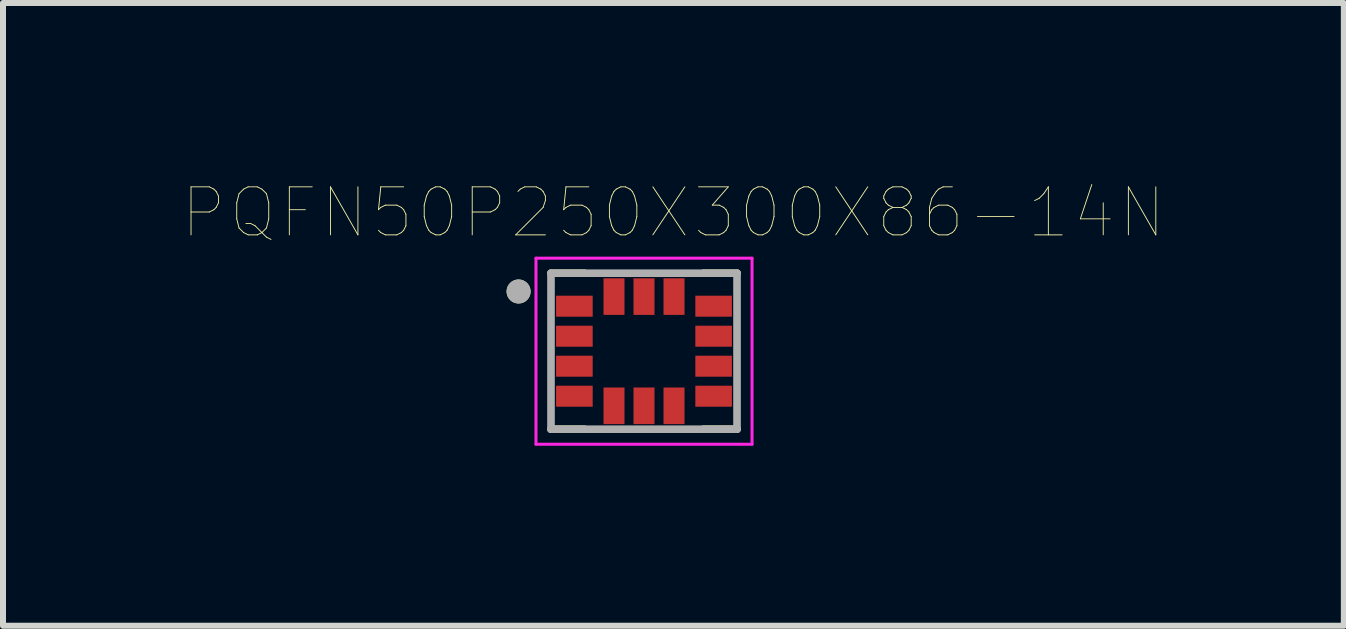
<source format=kicad_pcb>
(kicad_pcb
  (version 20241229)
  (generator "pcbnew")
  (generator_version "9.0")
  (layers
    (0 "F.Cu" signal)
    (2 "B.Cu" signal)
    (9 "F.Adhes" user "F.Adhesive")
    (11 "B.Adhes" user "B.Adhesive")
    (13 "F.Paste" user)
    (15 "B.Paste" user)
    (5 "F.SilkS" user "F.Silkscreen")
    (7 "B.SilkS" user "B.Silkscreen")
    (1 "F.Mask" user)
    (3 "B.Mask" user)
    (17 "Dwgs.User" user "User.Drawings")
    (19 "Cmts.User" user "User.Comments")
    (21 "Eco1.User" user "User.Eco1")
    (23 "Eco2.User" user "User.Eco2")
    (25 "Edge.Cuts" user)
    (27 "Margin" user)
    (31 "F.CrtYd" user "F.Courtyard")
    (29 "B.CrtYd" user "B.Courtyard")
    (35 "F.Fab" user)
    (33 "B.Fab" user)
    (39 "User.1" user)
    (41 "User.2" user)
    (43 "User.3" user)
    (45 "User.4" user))
  (footprint "PQFN50P250X300X86-14N"
    (layer "F.Cu")
    (at 7.681 2.802)
    (property "Reference" "PQFN50P250X300X86-14N" (at 0.49 -2.308 0) (layer "F.SilkS") (effects (font (size 0.8 0.8) (thickness 0.015))))
    (attr through_hole)
    (fp_poly (pts (xy -1.515 -0.975) (xy -0.805 -0.975) (xy -0.805 -0.525) (xy -1.515 -0.525)) (stroke (width 0.01) (type solid)) (fill yes) (layer "F.Mask"))
    (fp_poly (pts (xy -1.515 -0.475) (xy -0.805 -0.475) (xy -0.805 -0.025) (xy -1.515 -0.025)) (stroke (width 0.01) (type solid)) (fill yes) (layer "F.Mask"))
    (fp_poly (pts (xy -1.515 0.025) (xy -0.805 0.025) (xy -0.805 0.475) (xy -1.515 0.475)) (stroke (width 0.01) (type solid)) (fill yes) (layer "F.Mask"))
    (fp_poly (pts (xy -1.515 0.525) (xy -0.805 0.525) (xy -0.805 0.975) (xy -1.515 0.975)) (stroke (width 0.01) (type solid)) (fill yes) (layer "F.Mask"))
    (fp_poly (pts (xy -0.855 -1.14) (xy -0.145 -1.14) (xy -0.145 -0.69) (xy -0.855 -0.69)) (stroke (width 0.01) (type solid)) (fill yes) (layer "F.Mask"))
    (fp_poly (pts (xy -0.855 0.69) (xy -0.145 0.69) (xy -0.145 1.14) (xy -0.855 1.14)) (stroke (width 0.01) (type solid)) (fill yes) (layer "F.Mask"))
    (fp_poly (pts (xy -0.355 -1.14) (xy 0.355 -1.14) (xy 0.355 -0.69) (xy -0.355 -0.69)) (stroke (width 0.01) (type solid)) (fill yes) (layer "F.Mask"))
    (fp_poly (pts (xy -0.355 0.69) (xy 0.355 0.69) (xy 0.355 1.14) (xy -0.355 1.14)) (stroke (width 0.01) (type solid)) (fill yes) (layer "F.Mask"))
    (fp_poly (pts (xy 0.145 -1.14) (xy 0.855 -1.14) (xy 0.855 -0.69) (xy 0.145 -0.69)) (stroke (width 0.01) (type solid)) (fill yes) (layer "F.Mask"))
    (fp_poly (pts (xy 0.145 0.69) (xy 0.855 0.69) (xy 0.855 1.14) (xy 0.145 1.14)) (stroke (width 0.01) (type solid)) (fill yes) (layer "F.Mask"))
    (fp_poly (pts (xy 0.805 -0.975) (xy 1.515 -0.975) (xy 1.515 -0.525) (xy 0.805 -0.525)) (stroke (width 0.01) (type solid)) (fill yes) (layer "F.Mask"))
    (fp_poly (pts (xy 0.805 -0.475) (xy 1.515 -0.475) (xy 1.515 -0.025) (xy 0.805 -0.025)) (stroke (width 0.01) (type solid)) (fill yes) (layer "F.Mask"))
    (fp_poly (pts (xy 0.805 0.025) (xy 1.515 0.025) (xy 1.515 0.475) (xy 0.805 0.475)) (stroke (width 0.01) (type solid)) (fill yes) (layer "F.Mask"))
    (fp_poly (pts (xy 0.805 0.525) (xy 1.515 0.525) (xy 1.515 0.975) (xy 0.805 0.975)) (stroke (width 0.01) (type solid)) (fill yes) (layer "F.Mask"))
    (fp_line (start -1.55 1.3) (end -0.99 1.3) (stroke (width 0.127) (type solid)) (layer "F.SilkS"))
    (fp_line (start -0.99 -1.3) (end -1.55 -1.3) (stroke (width 0.127) (type solid)) (layer "F.SilkS"))
    (fp_line (start 0.99 -1.3) (end 1.55 -1.3) (stroke (width 0.127) (type solid)) (layer "F.SilkS"))
    (fp_line (start 0.99 1.3) (end 1.55 1.3) (stroke (width 0.127) (type solid)) (layer "F.SilkS"))
    (fp_circle (center -2.09 -0.995) (end -1.99 -0.995) (stroke (width 0.2) (type solid)) (fill no) (layer "F.SilkS"))
    (fp_line (start -1.8 -1.55) (end 1.8 -1.55) (stroke (width 0.05) (type solid)) (layer "F.CrtYd"))
    (fp_line (start -1.8 1.55) (end -1.8 -1.55) (stroke (width 0.05) (type solid)) (layer "F.CrtYd"))
    (fp_line (start 1.8 -1.55) (end 1.8 1.55) (stroke (width 0.05) (type solid)) (layer "F.CrtYd"))
    (fp_line (start 1.8 1.55) (end -1.8 1.55) (stroke (width 0.05) (type solid)) (layer "F.CrtYd"))
    (fp_line (start -1.55 -1.3) (end 1.55 -1.3) (stroke (width 0.127) (type solid)) (layer "F.Fab"))
    (fp_line (start -1.55 1.3) (end -1.55 -1.3) (stroke (width 0.127) (type solid)) (layer "F.Fab"))
    (fp_line (start 1.55 -1.3) (end 1.55 1.3) (stroke (width 0.127) (type solid)) (layer "F.Fab"))
    (fp_line (start 1.55 1.3) (end -1.55 1.3) (stroke (width 0.127) (type solid)) (layer "F.Fab"))
    (fp_circle (center -2.09 -0.995) (end -1.99 -0.995) (stroke (width 0.2) (type solid)) (fill no) (layer "F.Fab"))
    (pad "1" smd rect (at -1.16 -0.75) (size 0.61 0.35) (layers "F.Cu" "F.Paste"))
    (pad "2" smd rect (at -1.16 -0.25) (size 0.61 0.35) (layers "F.Cu" "F.Paste"))
    (pad "3" smd rect (at -1.16 0.25) (size 0.61 0.35) (layers "F.Cu" "F.Paste"))
    (pad "4" smd rect (at -1.16 0.75) (size 0.61 0.35) (layers "F.Cu" "F.Paste"))
    (pad "5" smd rect (at -0.5 0.91) (size 0.35 0.61) (layers "F.Cu" "F.Paste"))
    (pad "6" smd rect (at 0 0.91) (size 0.35 0.61) (layers "F.Cu" "F.Paste"))
    (pad "7" smd rect (at 0.5 0.91) (size 0.35 0.61) (layers "F.Cu" "F.Paste"))
    (pad "8" smd rect (at 1.16 0.75) (size 0.61 0.35) (layers "F.Cu" "F.Paste"))
    (pad "9" smd rect (at 1.16 0.25) (size 0.61 0.35) (layers "F.Cu" "F.Paste"))
    (pad "10" smd rect (at 1.16 -0.25) (size 0.61 0.35) (layers "F.Cu" "F.Paste"))
    (pad "11" smd rect (at 1.16 -0.75) (size 0.61 0.35) (layers "F.Cu" "F.Paste"))
    (pad "12" smd rect (at 0.5 -0.91) (size 0.35 0.61) (layers "F.Cu" "F.Paste"))
    (pad "13" smd rect (at 0 -0.91) (size 0.35 0.61) (layers "F.Cu" "F.Paste"))
    (pad "14" smd rect (at -0.5 -0.91) (size 0.35 0.61) (layers "F.Cu" "F.Paste")))
  (gr_rect
    (start -3 -3)
    (end 19.342 7.377)
    (stroke (width 0.1) (type default))
    (fill no)
    (layer "Edge.Cuts")))
</source>
